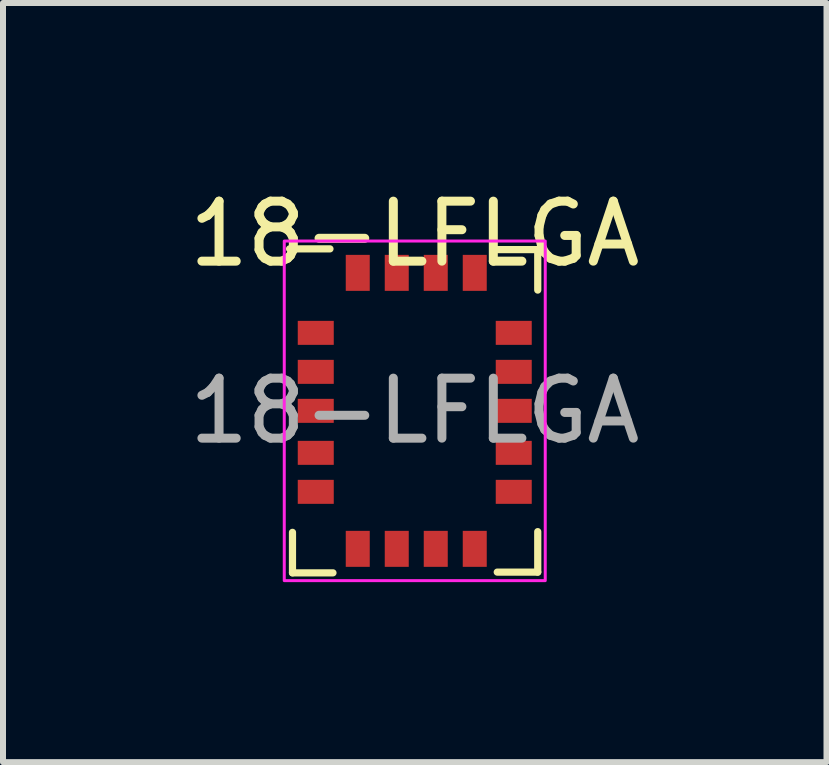
<source format=kicad_pcb>
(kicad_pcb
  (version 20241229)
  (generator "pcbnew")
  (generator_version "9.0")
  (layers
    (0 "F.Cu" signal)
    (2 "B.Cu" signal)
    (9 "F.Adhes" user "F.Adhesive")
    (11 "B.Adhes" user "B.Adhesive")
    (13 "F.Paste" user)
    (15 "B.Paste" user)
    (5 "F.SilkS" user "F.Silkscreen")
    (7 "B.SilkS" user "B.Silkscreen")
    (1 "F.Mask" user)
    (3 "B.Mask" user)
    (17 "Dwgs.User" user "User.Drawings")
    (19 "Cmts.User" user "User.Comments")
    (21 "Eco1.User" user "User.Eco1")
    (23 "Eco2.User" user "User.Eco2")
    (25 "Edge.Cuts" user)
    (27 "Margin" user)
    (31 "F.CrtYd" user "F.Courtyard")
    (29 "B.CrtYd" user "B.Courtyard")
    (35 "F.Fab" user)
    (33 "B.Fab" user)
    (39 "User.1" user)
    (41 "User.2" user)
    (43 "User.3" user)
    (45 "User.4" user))
  (footprint "18-LFLGA"
    (layer "F.Cu")
    (at 3.863 3.798)
    (property "Reference" "18-LFLGA" (at 0 -2.95 0) (layer "F.SilkS") (effects (font (size 1 1) (thickness 0.15))))
    (attr smd)
    (fp_line (start -2.038 2.7) (end -2.038 2.025) (stroke (width 0.12) (type solid)) (layer "F.SilkS"))
    (fp_line (start -1.413 -2.7) (end -2.087 -2.7) (stroke (width 0.12) (type solid)) (layer "F.SilkS"))
    (fp_line (start -1.363 2.7) (end -2.038 2.7) (stroke (width 0.12) (type solid)) (layer "F.SilkS"))
    (fp_line (start 1.375 -2.688) (end 2.05 -2.688) (stroke (width 0.12) (type solid)) (layer "F.SilkS"))
    (fp_line (start 1.375 2.688) (end 2.05 2.688) (stroke (width 0.12) (type solid)) (layer "F.SilkS"))
    (fp_line (start 2.05 -2.688) (end 2.05 -2.013) (stroke (width 0.12) (type solid)) (layer "F.SilkS"))
    (fp_line (start 2.05 2.688) (end 2.05 2.013) (stroke (width 0.12) (type solid)) (layer "F.SilkS"))
    (fp_rect (start 2.175 2.83) (end -2.175 -2.83) (stroke (width 0.05) (type default)) (fill no) (layer "F.CrtYd"))
    (fp_text user "${REFERENCE}" (at 0 0 0) (layer "F.Fab") (effects (font (size 1 1) (thickness 0.15))))
    (pad "1" smd rect (at -1.65 -1.3) (size 0.6 0.4) (layers "F.Cu" "F.Mask" "F.Paste"))
    (pad "2" smd rect (at -1.65 -0.65) (size 0.6 0.4) (layers "F.Cu" "F.Mask" "F.Paste"))
    (pad "3" smd rect (at -1.65 0) (size 0.6 0.4) (layers "F.Cu" "F.Mask" "F.Paste"))
    (pad "4" smd rect (at -1.65 0.7) (size 0.6 0.4) (layers "F.Cu" "F.Mask" "F.Paste"))
    (pad "5" smd rect (at -1.65 1.35) (size 0.6 0.4) (layers "F.Cu" "F.Mask" "F.Paste"))
    (pad "6" smd rect (at -0.95 2.3 90) (size 0.6 0.4) (layers "F.Cu" "F.Mask" "F.Paste"))
    (pad "7" smd rect (at -0.3 2.3 90) (size 0.6 0.4) (layers "F.Cu" "F.Mask" "F.Paste"))
    (pad "8" smd rect (at 0.35 2.3 90) (size 0.6 0.4) (layers "F.Cu" "F.Mask" "F.Paste"))
    (pad "9" smd rect (at 1 2.3 90) (size 0.6 0.4) (layers "F.Cu" "F.Mask" "F.Paste"))
    (pad "10" smd rect (at 1.65 1.35 180) (size 0.6 0.4) (layers "F.Cu" "F.Mask" "F.Paste"))
    (pad "11" smd rect (at 1.65 0.7 180) (size 0.6 0.4) (layers "F.Cu" "F.Mask" "F.Paste"))
    (pad "12" smd rect (at 1.65 0 180) (size 0.6 0.4) (layers "F.Cu" "F.Mask" "F.Paste"))
    (pad "13" smd rect (at 1.65 -0.65 180) (size 0.6 0.4) (layers "F.Cu" "F.Mask" "F.Paste"))
    (pad "14" smd rect (at 1.65 -1.3 180) (size 0.6 0.4) (layers "F.Cu" "F.Mask" "F.Paste"))
    (pad "15" smd rect (at 1 -2.3 90) (size 0.6 0.4) (layers "F.Cu" "F.Mask" "F.Paste"))
    (pad "16" smd rect (at 0.35 -2.3 90) (size 0.6 0.4) (layers "F.Cu" "F.Mask" "F.Paste"))
    (pad "17" smd rect (at -0.3 -2.3 90) (size 0.6 0.4) (layers "F.Cu" "F.Mask" "F.Paste"))
    (pad "18" smd rect (at -0.95 -2.3 90) (size 0.6 0.4) (layers "F.Cu" "F.Mask" "F.Paste")))
  (gr_rect
    (start -3 -3)
    (end 10.726 9.653)
    (stroke (width 0.1) (type default))
    (fill no)
    (layer "Edge.Cuts")))
</source>
